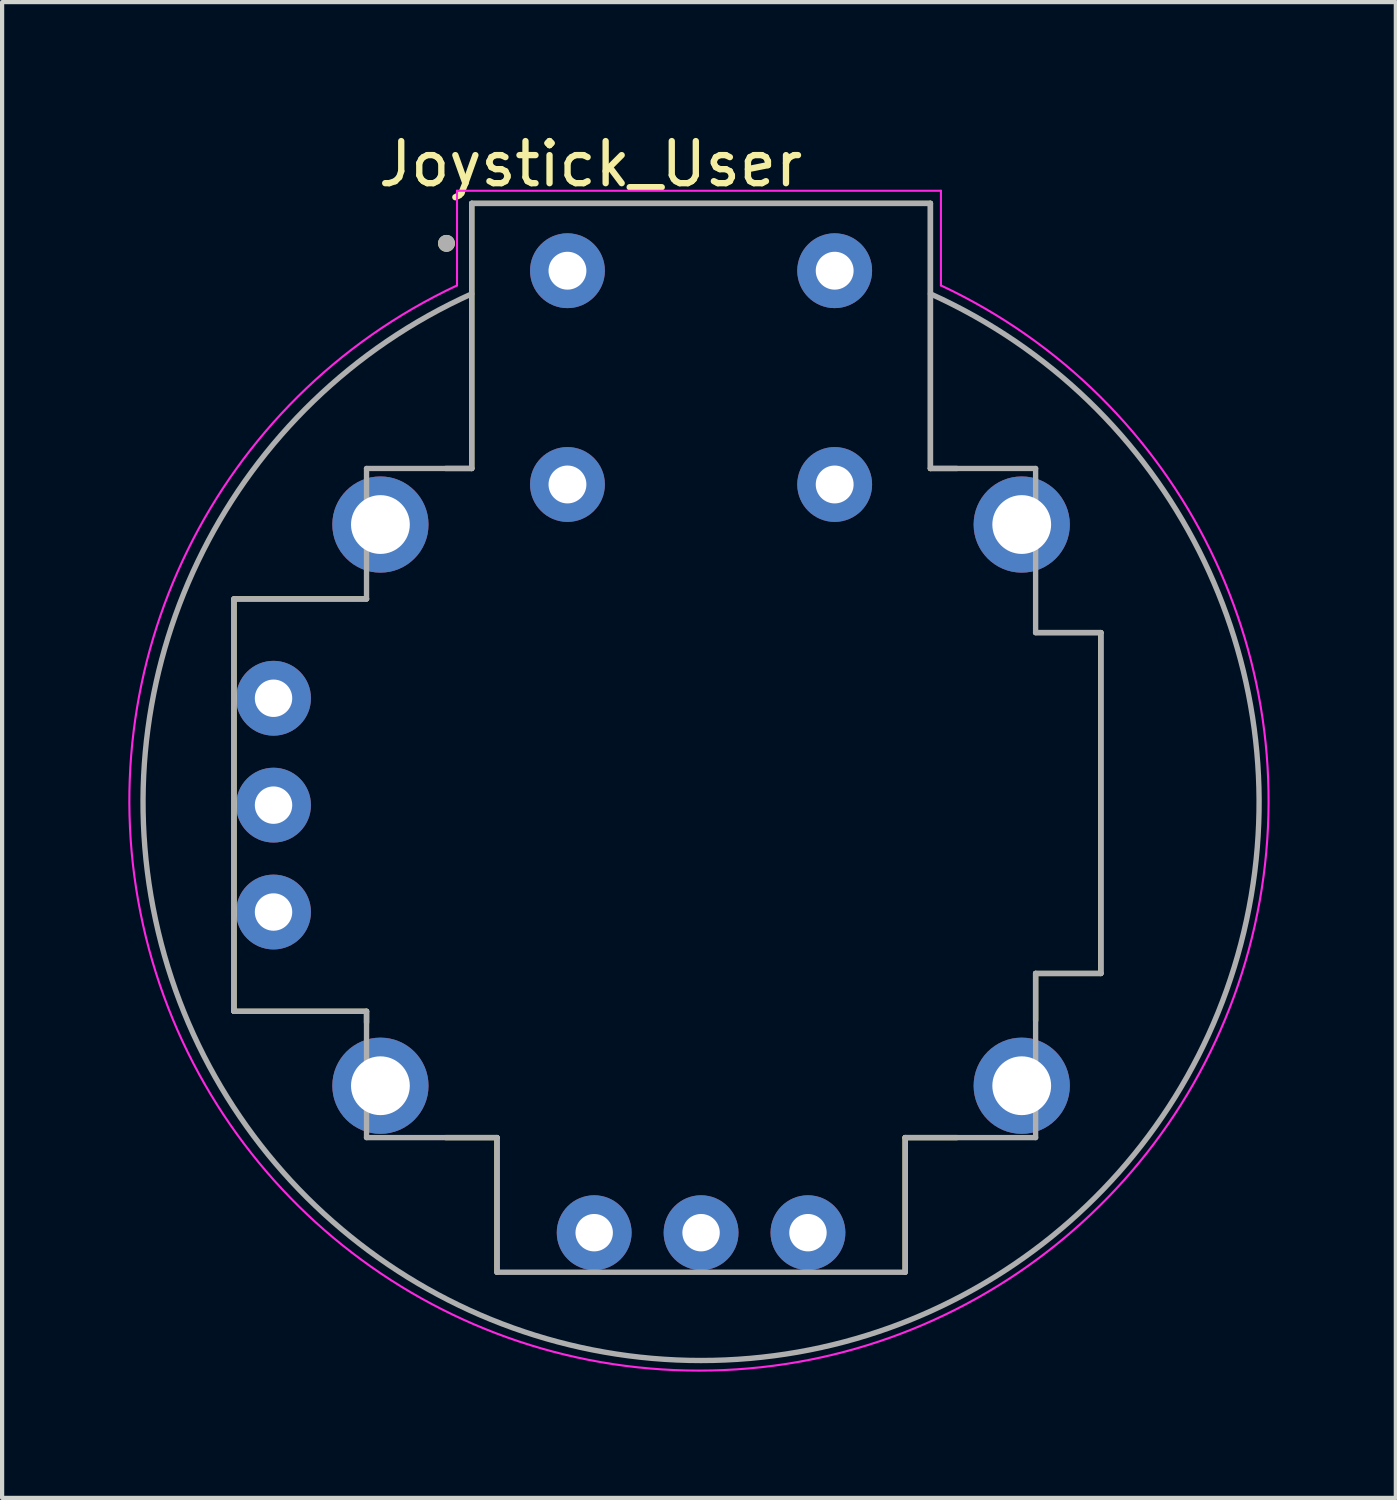
<source format=kicad_pcb>
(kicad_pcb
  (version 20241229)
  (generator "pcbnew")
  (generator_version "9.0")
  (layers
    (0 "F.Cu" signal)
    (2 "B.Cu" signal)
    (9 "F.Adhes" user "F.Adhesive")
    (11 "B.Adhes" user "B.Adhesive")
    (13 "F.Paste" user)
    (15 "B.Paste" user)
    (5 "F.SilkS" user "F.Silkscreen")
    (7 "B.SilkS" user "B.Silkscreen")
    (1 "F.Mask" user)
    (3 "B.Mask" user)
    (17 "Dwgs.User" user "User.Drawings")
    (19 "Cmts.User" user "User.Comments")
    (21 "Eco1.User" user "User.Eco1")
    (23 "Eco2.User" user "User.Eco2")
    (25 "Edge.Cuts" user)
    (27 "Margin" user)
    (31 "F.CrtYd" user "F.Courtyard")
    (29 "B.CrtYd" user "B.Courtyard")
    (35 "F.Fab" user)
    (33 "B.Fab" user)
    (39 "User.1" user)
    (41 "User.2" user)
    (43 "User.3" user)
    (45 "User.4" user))
  (footprint "Joystick_User"
    (layer "F.Cu")
    (at 13.61 16.083)
    (property "Reference" "Joystick_User" (at -2.625 -15.235 0) (layer "F.SilkS") (effects (font (size 1 1) (thickness 0.15))))
    (attr through_hole)
    (fp_line (start -11.1 -4.9) (end -7.95 -4.9) (stroke (width 0.127) (type solid)) (layer "F.SilkS"))
    (fp_line (start -11.1 4.9) (end -11.1 -4.9) (stroke (width 0.127) (type solid)) (layer "F.SilkS"))
    (fp_line (start -7.95 4.9) (end -11.1 4.9) (stroke (width 0.127) (type solid)) (layer "F.SilkS"))
    (fp_line (start -7.95 5.17) (end -7.95 4.9) (stroke (width 0.127) (type solid)) (layer "F.SilkS"))
    (fp_line (start -6.07 -8) (end -5.45 -8) (stroke (width 0.127) (type solid)) (layer "F.SilkS"))
    (fp_line (start -5.45 -14.3) (end 5.45 -14.3) (stroke (width 0.127) (type solid)) (layer "F.SilkS"))
    (fp_line (start -5.45 -8) (end -5.45 -14.3) (stroke (width 0.127) (type solid)) (layer "F.SilkS"))
    (fp_line (start -4.85 7.9) (end -6.07 7.9) (stroke (width 0.127) (type solid)) (layer "F.SilkS"))
    (fp_line (start -4.85 11.1) (end -4.85 7.9) (stroke (width 0.127) (type solid)) (layer "F.SilkS"))
    (fp_line (start 4.85 7.9) (end 4.85 11.1) (stroke (width 0.127) (type solid)) (layer "F.SilkS"))
    (fp_line (start 5.45 -14.3) (end 5.45 -8) (stroke (width 0.127) (type solid)) (layer "F.SilkS"))
    (fp_line (start 5.45 -8) (end 6.08 -8) (stroke (width 0.127) (type solid)) (layer "F.SilkS"))
    (fp_line (start 6.08 7.9) (end 4.85 7.9) (stroke (width 0.127) (type solid)) (layer "F.SilkS"))
    (fp_line (start 7.95 -4.1) (end 9.5 -4.1) (stroke (width 0.127) (type solid)) (layer "F.SilkS"))
    (fp_line (start 7.95 4) (end 7.95 5.12) (stroke (width 0.127) (type solid)) (layer "F.SilkS"))
    (fp_line (start 9.5 -4.1) (end 9.5 4) (stroke (width 0.127) (type solid)) (layer "F.SilkS"))
    (fp_line (start 9.5 4) (end 7.95 4) (stroke (width 0.127) (type solid)) (layer "F.SilkS"))
    (fp_circle (center -6.05 -13.35) (end -5.95 -13.35) (stroke (width 0.2) (type solid)) (fill no) (layer "F.SilkS"))
    (fp_line (start -5.8 -14.6) (end 5.7 -14.6) (stroke (width 0.05) (type solid)) (layer "F.CrtYd"))
    (fp_line (start -5.8 -12.35) (end -5.8 -14.6) (stroke (width 0.05) (type solid)) (layer "F.CrtYd"))
    (fp_line (start 5.7 -14.6) (end 5.7 -12.35) (stroke (width 0.05) (type solid)) (layer "F.CrtYd"))
    (fp_arc (start 5.7 -12.35) (mid -0.05 13.437438) (end -5.8 -12.35) (stroke (width 0.05) (type solid)) (layer "F.CrtYd"))
    (fp_line (start -11.1 -4.9) (end -11.1 4.9) (stroke (width 0.127) (type solid)) (layer "F.Fab"))
    (fp_line (start -7.95 -4.9) (end -11.1 -4.9) (stroke (width 0.127) (type solid)) (layer "F.Fab"))
    (fp_line (start -7.95 -4.9) (end -7.95 -8) (stroke (width 0.127) (type solid)) (layer "F.Fab"))
    (fp_line (start -7.95 4.9) (end -11.1 4.9) (stroke (width 0.127) (type solid)) (layer "F.Fab"))
    (fp_line (start -7.95 4.9) (end -7.95 7.9) (stroke (width 0.127) (type solid)) (layer "F.Fab"))
    (fp_line (start -5.45 -14.3) (end -5.45 -8) (stroke (width 0.127) (type solid)) (layer "F.Fab"))
    (fp_line (start -5.45 -8) (end -7.95 -8) (stroke (width 0.127) (type solid)) (layer "F.Fab"))
    (fp_line (start -4.85 7.9) (end -7.95 7.9) (stroke (width 0.127) (type solid)) (layer "F.Fab"))
    (fp_line (start -4.85 11.1) (end -4.85 7.9) (stroke (width 0.127) (type solid)) (layer "F.Fab"))
    (fp_line (start 4.85 7.9) (end 7.95 7.9) (stroke (width 0.127) (type solid)) (layer "F.Fab"))
    (fp_line (start 4.85 11.1) (end -4.85 11.1) (stroke (width 0.127) (type solid)) (layer "F.Fab"))
    (fp_line (start 4.85 11.1) (end 4.85 7.9) (stroke (width 0.127) (type solid)) (layer "F.Fab"))
    (fp_line (start 5.45 -14.3) (end -5.45 -14.3) (stroke (width 0.127) (type solid)) (layer "F.Fab"))
    (fp_line (start 5.45 -14.3) (end 5.45 -8) (stroke (width 0.127) (type solid)) (layer "F.Fab"))
    (fp_line (start 7.95 -8) (end 5.45 -8) (stroke (width 0.127) (type solid)) (layer "F.Fab"))
    (fp_line (start 7.95 -4.1) (end 7.95 -8) (stroke (width 0.127) (type solid)) (layer "F.Fab"))
    (fp_line (start 7.95 -4.1) (end 9.5 -4.1) (stroke (width 0.127) (type solid)) (layer "F.Fab"))
    (fp_line (start 7.95 4) (end 7.95 7.9) (stroke (width 0.127) (type solid)) (layer "F.Fab"))
    (fp_line (start 7.95 4) (end 9.5 4) (stroke (width 0.127) (type solid)) (layer "F.Fab"))
    (fp_line (start 9.5 -4.1) (end 9.5 4) (stroke (width 0.127) (type solid)) (layer "F.Fab"))
    (fp_arc (start 5.45 -12.15) (mid 0 13.197504) (end -5.45 -12.15) (stroke (width 0.127) (type solid)) (layer "F.Fab"))
    (fp_circle (center -6.05 -13.35) (end -5.95 -13.35) (stroke (width 0.2) (type solid)) (fill no) (layer "F.Fab"))
    (pad "B1A" thru_hole circle (at -3.175 -12.7) (size 1.778 1.778) (drill 0.9) (layers "*.Cu" "*.Mask"))
    (pad "B1B" thru_hole circle (at 3.175 -12.7) (size 1.778 1.778) (drill 0.9) (layers "*.Cu" "*.Mask"))
    (pad "B2A" thru_hole circle (at -3.175 -7.62) (size 1.778 1.778) (drill 0.9) (layers "*.Cu" "*.Mask"))
    (pad "B2B" thru_hole circle (at 3.175 -7.62) (size 1.778 1.778) (drill 0.9) (layers "*.Cu" "*.Mask"))
    (pad "H1" thru_hole circle (at -2.54 10.16) (size 1.778 1.778) (drill 0.889) (layers "*.Cu" "*.Mask"))
    (pad "H2" thru_hole circle (at 0 10.16) (size 1.778 1.778) (drill 0.889) (layers "*.Cu" "*.Mask"))
    (pad "H3" thru_hole circle (at 2.54 10.16) (size 1.778 1.778) (drill 0.889) (layers "*.Cu" "*.Mask"))
    (pad "S1" thru_hole circle (at -7.62 -6.668) (size 2.286 2.286) (drill 1.397) (layers "*.Cu" "*.Mask"))
    (pad "S2" thru_hole circle (at -7.62 6.668) (size 2.286 2.286) (drill 1.397) (layers "*.Cu" "*.Mask"))
    (pad "S3" thru_hole circle (at 7.62 6.668) (size 2.286 2.286) (drill 1.397) (layers "*.Cu" "*.Mask"))
    (pad "S4" thru_hole circle (at 7.62 -6.668) (size 2.286 2.286) (drill 1.397) (layers "*.Cu" "*.Mask"))
    (pad "V1" thru_hole circle (at -10.16 -2.54) (size 1.778 1.778) (drill 0.889) (layers "*.Cu" "*.Mask"))
    (pad "V2" thru_hole circle (at -10.16 0) (size 1.778 1.778) (drill 0.889) (layers "*.Cu" "*.Mask"))
    (pad "V3" thru_hole circle (at -10.16 2.54) (size 1.778 1.778) (drill 0.889) (layers "*.Cu" "*.Mask")))
  (gr_rect
    (start -3 -3)
    (end 30.12 32.546)
    (stroke (width 0.1) (type default))
    (fill no)
    (layer "Edge.Cuts")))
</source>
